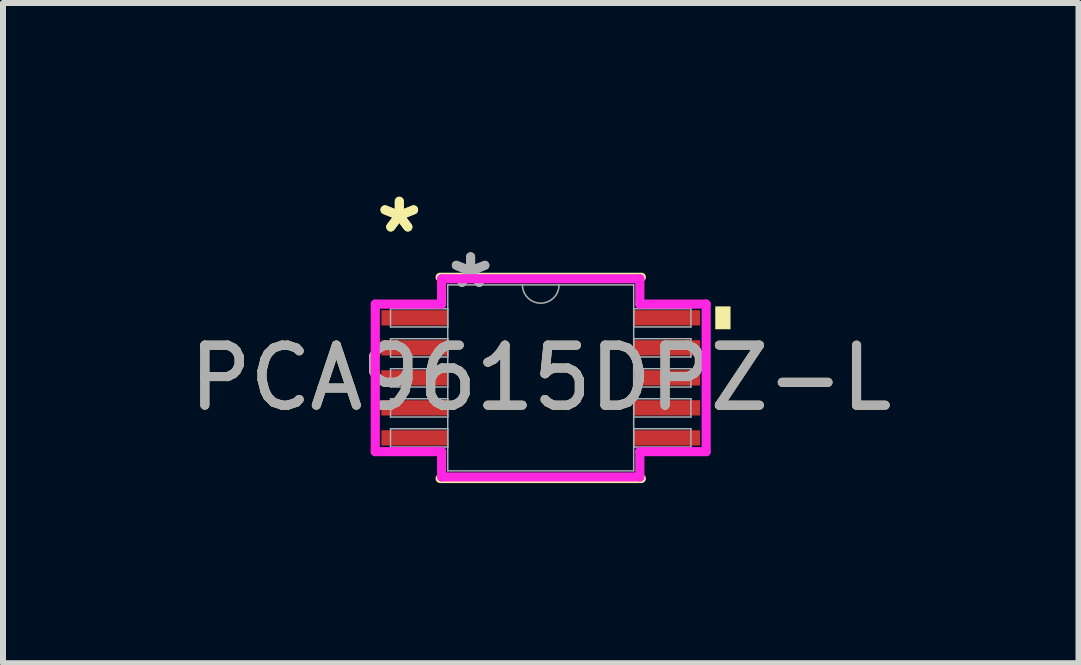
<source format=kicad_pcb>
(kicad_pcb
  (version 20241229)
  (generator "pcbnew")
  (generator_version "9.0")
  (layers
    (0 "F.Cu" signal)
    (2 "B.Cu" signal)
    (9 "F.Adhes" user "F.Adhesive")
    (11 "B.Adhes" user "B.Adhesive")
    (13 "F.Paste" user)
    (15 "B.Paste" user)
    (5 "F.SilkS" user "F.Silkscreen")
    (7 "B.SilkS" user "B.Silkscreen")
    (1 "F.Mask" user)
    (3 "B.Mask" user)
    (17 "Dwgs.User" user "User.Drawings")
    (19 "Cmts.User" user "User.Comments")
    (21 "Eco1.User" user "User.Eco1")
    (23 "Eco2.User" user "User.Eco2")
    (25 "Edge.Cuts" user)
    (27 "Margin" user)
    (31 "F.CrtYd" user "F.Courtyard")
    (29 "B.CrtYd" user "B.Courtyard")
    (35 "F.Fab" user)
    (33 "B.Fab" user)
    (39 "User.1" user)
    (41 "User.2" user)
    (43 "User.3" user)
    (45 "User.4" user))
  (footprint "PCA9615DPZ-L"
    (layer "F.Cu")
    (at 5.958 3.245)
    (property "Reference" "PCA9615DPZ-L" (at 0 0 0) (unlocked yes) (layer "F.SilkS") (effects (font (size 1 1) (thickness 0.15))))
    (attr smd)
    (fp_line (start -1.676 1.676) (end 1.676 1.676) (stroke (width 0.152) (type solid)) (layer "F.SilkS"))
    (fp_line (start 1.676 -1.676) (end -1.676 -1.676) (stroke (width 0.152) (type solid)) (layer "F.SilkS"))
    (fp_poly (pts (xy 3.162 -1.191) (xy 3.162 -0.81) (xy 2.908 -0.81) (xy 2.908 -1.191)) (stroke (width 0) (type solid)) (fill yes) (layer "F.SilkS"))
    (fp_line (start -2.756 -1.229) (end -1.651 -1.229) (stroke (width 0.152) (type solid)) (layer "F.CrtYd"))
    (fp_line (start -2.756 1.229) (end -2.756 -1.229) (stroke (width 0.152) (type solid)) (layer "F.CrtYd"))
    (fp_line (start -2.756 1.229) (end -1.651 1.229) (stroke (width 0.152) (type solid)) (layer "F.CrtYd"))
    (fp_line (start -1.651 -1.651) (end 1.651 -1.651) (stroke (width 0.152) (type solid)) (layer "F.CrtYd"))
    (fp_line (start -1.651 -1.229) (end -1.651 -1.651) (stroke (width 0.152) (type solid)) (layer "F.CrtYd"))
    (fp_line (start -1.651 1.651) (end -1.651 1.229) (stroke (width 0.152) (type solid)) (layer "F.CrtYd"))
    (fp_line (start 1.651 -1.651) (end 1.651 -1.229) (stroke (width 0.152) (type solid)) (layer "F.CrtYd"))
    (fp_line (start 1.651 1.229) (end 1.651 1.651) (stroke (width 0.152) (type solid)) (layer "F.CrtYd"))
    (fp_line (start 1.651 1.651) (end -1.651 1.651) (stroke (width 0.152) (type solid)) (layer "F.CrtYd"))
    (fp_line (start 2.756 -1.229) (end 1.651 -1.229) (stroke (width 0.152) (type solid)) (layer "F.CrtYd"))
    (fp_line (start 2.756 -1.229) (end 2.756 1.229) (stroke (width 0.152) (type solid)) (layer "F.CrtYd"))
    (fp_line (start 2.756 1.229) (end 1.651 1.229) (stroke (width 0.152) (type solid)) (layer "F.CrtYd"))
    (fp_line (start -2.502 -1.152) (end -2.502 -0.848) (stroke (width 0.025) (type solid)) (layer "F.Fab"))
    (fp_line (start -2.502 -0.848) (end -1.549 -0.848) (stroke (width 0.025) (type solid)) (layer "F.Fab"))
    (fp_line (start -2.502 -0.652) (end -2.502 -0.348) (stroke (width 0.025) (type solid)) (layer "F.Fab"))
    (fp_line (start -2.502 -0.348) (end -1.549 -0.348) (stroke (width 0.025) (type solid)) (layer "F.Fab"))
    (fp_line (start -2.502 -0.152) (end -2.502 0.152) (stroke (width 0.025) (type solid)) (layer "F.Fab"))
    (fp_line (start -2.502 0.152) (end -1.549 0.152) (stroke (width 0.025) (type solid)) (layer "F.Fab"))
    (fp_line (start -2.502 0.348) (end -2.502 0.652) (stroke (width 0.025) (type solid)) (layer "F.Fab"))
    (fp_line (start -2.502 0.652) (end -1.549 0.652) (stroke (width 0.025) (type solid)) (layer "F.Fab"))
    (fp_line (start -2.502 0.848) (end -2.502 1.152) (stroke (width 0.025) (type solid)) (layer "F.Fab"))
    (fp_line (start -2.502 1.152) (end -1.549 1.152) (stroke (width 0.025) (type solid)) (layer "F.Fab"))
    (fp_line (start -1.549 -1.549) (end -1.549 1.549) (stroke (width 0.025) (type solid)) (layer "F.Fab"))
    (fp_line (start -1.549 -1.152) (end -2.502 -1.152) (stroke (width 0.025) (type solid)) (layer "F.Fab"))
    (fp_line (start -1.549 -0.848) (end -1.549 -1.152) (stroke (width 0.025) (type solid)) (layer "F.Fab"))
    (fp_line (start -1.549 -0.652) (end -2.502 -0.652) (stroke (width 0.025) (type solid)) (layer "F.Fab"))
    (fp_line (start -1.549 -0.348) (end -1.549 -0.652) (stroke (width 0.025) (type solid)) (layer "F.Fab"))
    (fp_line (start -1.549 -0.152) (end -2.502 -0.152) (stroke (width 0.025) (type solid)) (layer "F.Fab"))
    (fp_line (start -1.549 0.152) (end -1.549 -0.152) (stroke (width 0.025) (type solid)) (layer "F.Fab"))
    (fp_line (start -1.549 0.348) (end -2.502 0.348) (stroke (width 0.025) (type solid)) (layer "F.Fab"))
    (fp_line (start -1.549 0.652) (end -1.549 0.348) (stroke (width 0.025) (type solid)) (layer "F.Fab"))
    (fp_line (start -1.549 0.848) (end -2.502 0.848) (stroke (width 0.025) (type solid)) (layer "F.Fab"))
    (fp_line (start -1.549 1.152) (end -1.549 0.848) (stroke (width 0.025) (type solid)) (layer "F.Fab"))
    (fp_line (start -1.549 1.549) (end 1.549 1.549) (stroke (width 0.025) (type solid)) (layer "F.Fab"))
    (fp_line (start 1.549 -1.549) (end -1.549 -1.549) (stroke (width 0.025) (type solid)) (layer "F.Fab"))
    (fp_line (start 1.549 -1.152) (end 1.549 -0.848) (stroke (width 0.025) (type solid)) (layer "F.Fab"))
    (fp_line (start 1.549 -0.848) (end 2.502 -0.848) (stroke (width 0.025) (type solid)) (layer "F.Fab"))
    (fp_line (start 1.549 -0.652) (end 1.549 -0.348) (stroke (width 0.025) (type solid)) (layer "F.Fab"))
    (fp_line (start 1.549 -0.348) (end 2.502 -0.348) (stroke (width 0.025) (type solid)) (layer "F.Fab"))
    (fp_line (start 1.549 -0.152) (end 1.549 0.152) (stroke (width 0.025) (type solid)) (layer "F.Fab"))
    (fp_line (start 1.549 0.152) (end 2.502 0.152) (stroke (width 0.025) (type solid)) (layer "F.Fab"))
    (fp_line (start 1.549 0.348) (end 1.549 0.652) (stroke (width 0.025) (type solid)) (layer "F.Fab"))
    (fp_line (start 1.549 0.652) (end 2.502 0.652) (stroke (width 0.025) (type solid)) (layer "F.Fab"))
    (fp_line (start 1.549 0.848) (end 1.549 1.152) (stroke (width 0.025) (type solid)) (layer "F.Fab"))
    (fp_line (start 1.549 1.152) (end 2.502 1.152) (stroke (width 0.025) (type solid)) (layer "F.Fab"))
    (fp_line (start 1.549 1.549) (end 1.549 -1.549) (stroke (width 0.025) (type solid)) (layer "F.Fab"))
    (fp_line (start 2.502 -1.152) (end 1.549 -1.152) (stroke (width 0.025) (type solid)) (layer "F.Fab"))
    (fp_line (start 2.502 -0.848) (end 2.502 -1.152) (stroke (width 0.025) (type solid)) (layer "F.Fab"))
    (fp_line (start 2.502 -0.652) (end 1.549 -0.652) (stroke (width 0.025) (type solid)) (layer "F.Fab"))
    (fp_line (start 2.502 -0.348) (end 2.502 -0.652) (stroke (width 0.025) (type solid)) (layer "F.Fab"))
    (fp_line (start 2.502 -0.152) (end 1.549 -0.152) (stroke (width 0.025) (type solid)) (layer "F.Fab"))
    (fp_line (start 2.502 0.152) (end 2.502 -0.152) (stroke (width 0.025) (type solid)) (layer "F.Fab"))
    (fp_line (start 2.502 0.348) (end 1.549 0.348) (stroke (width 0.025) (type solid)) (layer "F.Fab"))
    (fp_line (start 2.502 0.652) (end 2.502 0.348) (stroke (width 0.025) (type solid)) (layer "F.Fab"))
    (fp_line (start 2.502 0.848) (end 1.549 0.848) (stroke (width 0.025) (type solid)) (layer "F.Fab"))
    (fp_line (start 2.502 1.152) (end 2.502 0.848) (stroke (width 0.025) (type solid)) (layer "F.Fab"))
    (fp_arc (start 0.3048 -1.5494) (mid 0 -1.2446) (end -0.3048 -1.5494) (stroke (width 0.0254) (type solid)) (layer "F.Fab"))
    (fp_text user "*" (at -2.356 -2.397 0) (layer "F.SilkS") (effects (font (size 1 1) (thickness 0.15))))
    (fp_text user "*" (at -2.356 -2.397 0) (unlocked yes) (layer "F.SilkS") (effects (font (size 1 1) (thickness 0.15))))
    (fp_text user "${REFERENCE}" (at 0 0 0) (unlocked yes) (layer "F.Fab") (effects (font (size 1 1) (thickness 0.15))))
    (fp_text user "*" (at -1.168 -1.473 0) (layer "F.Fab") (effects (font (size 1 1) (thickness 0.15))))
    (fp_text user "*" (at -1.168 -1.473 0) (unlocked yes) (layer "F.Fab") (effects (font (size 1 1) (thickness 0.15))))
    (pad "1" smd rect (at -2.102 -1) (size 1.105 0.254) (layers "F.Cu" "F.Mask" "F.Paste"))
    (pad "2" smd rect (at -2.102 -0.5) (size 1.105 0.254) (layers "F.Cu" "F.Mask" "F.Paste"))
    (pad "3" smd rect (at -2.102 0) (size 1.105 0.254) (layers "F.Cu" "F.Mask" "F.Paste"))
    (pad "4" smd rect (at -2.102 0.5) (size 1.105 0.254) (layers "F.Cu" "F.Mask" "F.Paste"))
    (pad "5" smd rect (at -2.102 1) (size 1.105 0.254) (layers "F.Cu" "F.Mask" "F.Paste"))
    (pad "6" smd rect (at 2.102 1) (size 1.105 0.254) (layers "F.Cu" "F.Mask" "F.Paste"))
    (pad "7" smd rect (at 2.102 0.5) (size 1.105 0.254) (layers "F.Cu" "F.Mask" "F.Paste"))
    (pad "8" smd rect (at 2.102 0) (size 1.105 0.254) (layers "F.Cu" "F.Mask" "F.Paste"))
    (pad "9" smd rect (at 2.102 -0.5) (size 1.105 0.254) (layers "F.Cu" "F.Mask" "F.Paste"))
    (pad "10" smd rect (at 2.102 -1) (size 1.105 0.254) (layers "F.Cu" "F.Mask" "F.Paste")))
  (gr_rect
    (start -3 -3)
    (end 14.917 7.998)
    (stroke (width 0.1) (type default))
    (fill no)
    (layer "Edge.Cuts")))
</source>
